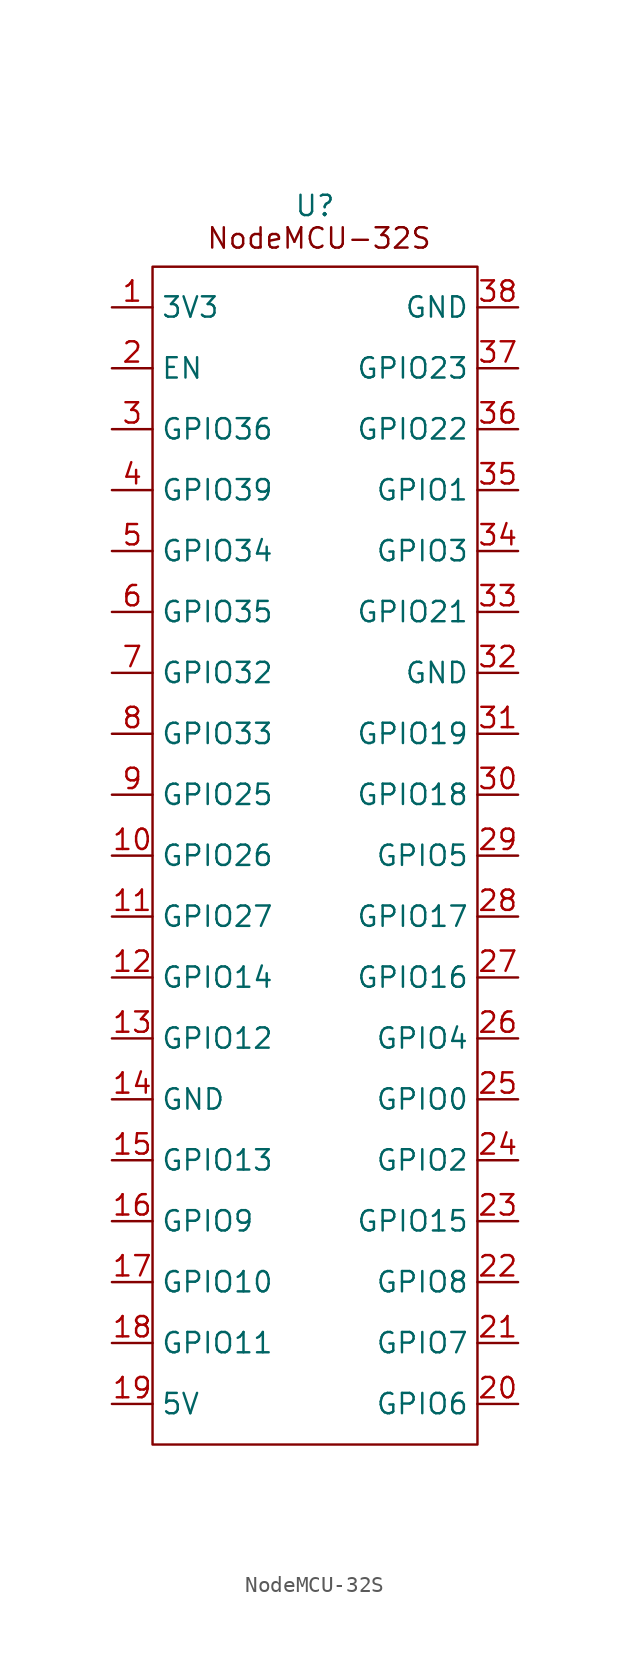
<source format=kicad_sym>
(kicad_symbol_lib
  (version 20241209)
  (generator "kicad_symbol_editor")
  (generator_version "9.0")
  (symbol "NodeMCU-32S"
    (property "Reference" "U"
      (at 0 0 0)
      (effects (font (size 1.27 1.27))))
    (property "Value" ""
      (at 0 0 0)
      (effects (font (size 1.27 1.27))))
    (symbol "NodeMCU-32S_0_1"
      (rectangle (start -10.16 -3.81) (end 10.16 -77.47) (stroke (width 0) (type default)) (fill (type none))))
    (symbol "NodeMCU-32S_1_1"
      (text "NodeMCU-32S" (at 0.254 -2.032 0) (effects (font (size 1.27 1.27))))
      (pin output line (at -12.7 -6.35 0) (length 2.54) (name "3V3" (effects (font (size 1.27 1.27)))) (number "1" (effects (font (size 1.27 1.27)))))
      (pin bidirectional line (at -12.7 -10.16 0) (length 2.54) (name "EN" (effects (font (size 1.27 1.27)))) (number "2" (effects (font (size 1.27 1.27)))))
      (pin bidirectional line (at -12.7 -13.97 0) (length 2.54) (name "GPIO36" (effects (font (size 1.27 1.27)))) (number "3" (effects (font (size 1.27 1.27)))))
      (pin bidirectional line (at -12.7 -17.78 0) (length 2.54) (name "GPIO39" (effects (font (size 1.27 1.27)))) (number "4" (effects (font (size 1.27 1.27)))))
      (pin bidirectional line (at -12.7 -21.59 0) (length 2.54) (name "GPIO34" (effects (font (size 1.27 1.27)))) (number "5" (effects (font (size 1.27 1.27)))))
      (pin bidirectional line (at -12.7 -25.4 0) (length 2.54) (name "GPIO35" (effects (font (size 1.27 1.27)))) (number "6" (effects (font (size 1.27 1.27)))))
      (pin bidirectional line (at -12.7 -29.21 0) (length 2.54) (name "GPIO32" (effects (font (size 1.27 1.27)))) (number "7" (effects (font (size 1.27 1.27)))))
      (pin bidirectional line (at -12.7 -33.02 0) (length 2.54) (name "GPIO33" (effects (font (size 1.27 1.27)))) (number "8" (effects (font (size 1.27 1.27)))))
      (pin bidirectional line (at -12.7 -36.83 0) (length 2.54) (name "GPIO25" (effects (font (size 1.27 1.27)))) (number "9" (effects (font (size 1.27 1.27)))))
      (pin bidirectional line (at -12.7 -40.64 0) (length 2.54) (name "GPIO26" (effects (font (size 1.27 1.27)))) (number "10" (effects (font (size 1.27 1.27)))))
      (pin bidirectional line (at -12.7 -44.45 0) (length 2.54) (name "GPIO27" (effects (font (size 1.27 1.27)))) (number "11" (effects (font (size 1.27 1.27)))))
      (pin bidirectional line (at -12.7 -48.26 0) (length 2.54) (name "GPIO14" (effects (font (size 1.27 1.27)))) (number "12" (effects (font (size 1.27 1.27)))))
      (pin bidirectional line (at -12.7 -52.07 0) (length 2.54) (name "GPIO12" (effects (font (size 1.27 1.27)))) (number "13" (effects (font (size 1.27 1.27)))))
      (pin bidirectional line (at -12.7 -55.88 0) (length 2.54) (name "GND" (effects (font (size 1.27 1.27)))) (number "14" (effects (font (size 1.27 1.27)))))
      (pin bidirectional line (at -12.7 -59.69 0) (length 2.54) (name "GPIO13" (effects (font (size 1.27 1.27)))) (number "15" (effects (font (size 1.27 1.27)))))
      (pin bidirectional line (at -12.7 -63.5 0) (length 2.54) (name "GPIO9" (effects (font (size 1.27 1.27)))) (number "16" (effects (font (size 1.27 1.27)))))
      (pin bidirectional line (at -12.7 -67.31 0) (length 2.54) (name "GPIO10" (effects (font (size 1.27 1.27)))) (number "17" (effects (font (size 1.27 1.27)))))
      (pin bidirectional line (at -12.7 -71.12 0) (length 2.54) (name "GPIO11" (effects (font (size 1.27 1.27)))) (number "18" (effects (font (size 1.27 1.27)))))
      (pin bidirectional line (at -12.7 -74.93 0) (length 2.54) (name "5V" (effects (font (size 1.27 1.27)))) (number "19" (effects (font (size 1.27 1.27)))))
      (pin bidirectional line (at 12.7 -6.35 180) (length 2.54) (name "GND" (effects (font (size 1.27 1.27)))) (number "38" (effects (font (size 1.27 1.27)))))
      (pin bidirectional line (at 12.7 -10.16 180) (length 2.54) (name "GPIO23" (effects (font (size 1.27 1.27)))) (number "37" (effects (font (size 1.27 1.27)))))
      (pin bidirectional line (at 12.7 -13.97 180) (length 2.54) (name "GPIO22" (effects (font (size 1.27 1.27)))) (number "36" (effects (font (size 1.27 1.27)))))
      (pin bidirectional line (at 12.7 -17.78 180) (length 2.54) (name "GPIO1" (effects (font (size 1.27 1.27)))) (number "35" (effects (font (size 1.27 1.27)))))
      (pin bidirectional line (at 12.7 -21.59 180) (length 2.54) (name "GPIO3" (effects (font (size 1.27 1.27)))) (number "34" (effects (font (size 1.27 1.27)))))
      (pin bidirectional line (at 12.7 -25.4 180) (length 2.54) (name "GPIO21" (effects (font (size 1.27 1.27)))) (number "33" (effects (font (size 1.27 1.27)))))
      (pin bidirectional line (at 12.7 -29.21 180) (length 2.54) (name "GND" (effects (font (size 1.27 1.27)))) (number "32" (effects (font (size 1.27 1.27)))))
      (pin bidirectional line (at 12.7 -33.02 180) (length 2.54) (name "GPIO19" (effects (font (size 1.27 1.27)))) (number "31" (effects (font (size 1.27 1.27)))))
      (pin bidirectional line (at 12.7 -36.83 180) (length 2.54) (name "GPIO18" (effects (font (size 1.27 1.27)))) (number "30" (effects (font (size 1.27 1.27)))))
      (pin bidirectional line (at 12.7 -40.64 180) (length 2.54) (name "GPIO5" (effects (font (size 1.27 1.27)))) (number "29" (effects (font (size 1.27 1.27)))))
      (pin bidirectional line (at 12.7 -44.45 180) (length 2.54) (name "GPIO17" (effects (font (size 1.27 1.27)))) (number "28" (effects (font (size 1.27 1.27)))))
      (pin bidirectional line (at 12.7 -48.26 180) (length 2.54) (name "GPIO16" (effects (font (size 1.27 1.27)))) (number "27" (effects (font (size 1.27 1.27)))))
      (pin bidirectional line (at 12.7 -52.07 180) (length 2.54) (name "GPIO4" (effects (font (size 1.27 1.27)))) (number "26" (effects (font (size 1.27 1.27)))))
      (pin bidirectional line (at 12.7 -55.88 180) (length 2.54) (name "GPIO0" (effects (font (size 1.27 1.27)))) (number "25" (effects (font (size 1.27 1.27)))))
      (pin bidirectional line (at 12.7 -59.69 180) (length 2.54) (name "GPIO2" (effects (font (size 1.27 1.27)))) (number "24" (effects (font (size 1.27 1.27)))))
      (pin bidirectional line (at 12.7 -63.5 180) (length 2.54) (name "GPIO15" (effects (font (size 1.27 1.27)))) (number "23" (effects (font (size 1.27 1.27)))))
      (pin bidirectional line (at 12.7 -67.31 180) (length 2.54) (name "GPIO8" (effects (font (size 1.27 1.27)))) (number "22" (effects (font (size 1.27 1.27)))))
      (pin bidirectional line (at 12.7 -71.12 180) (length 2.54) (name "GPIO7" (effects (font (size 1.27 1.27)))) (number "21" (effects (font (size 1.27 1.27)))))
      (pin bidirectional line (at 12.7 -74.93 180) (length 2.54) (name "GPIO6" (effects (font (size 1.27 1.27)))) (number "20" (effects (font (size 1.27 1.27))))))))
</source>
